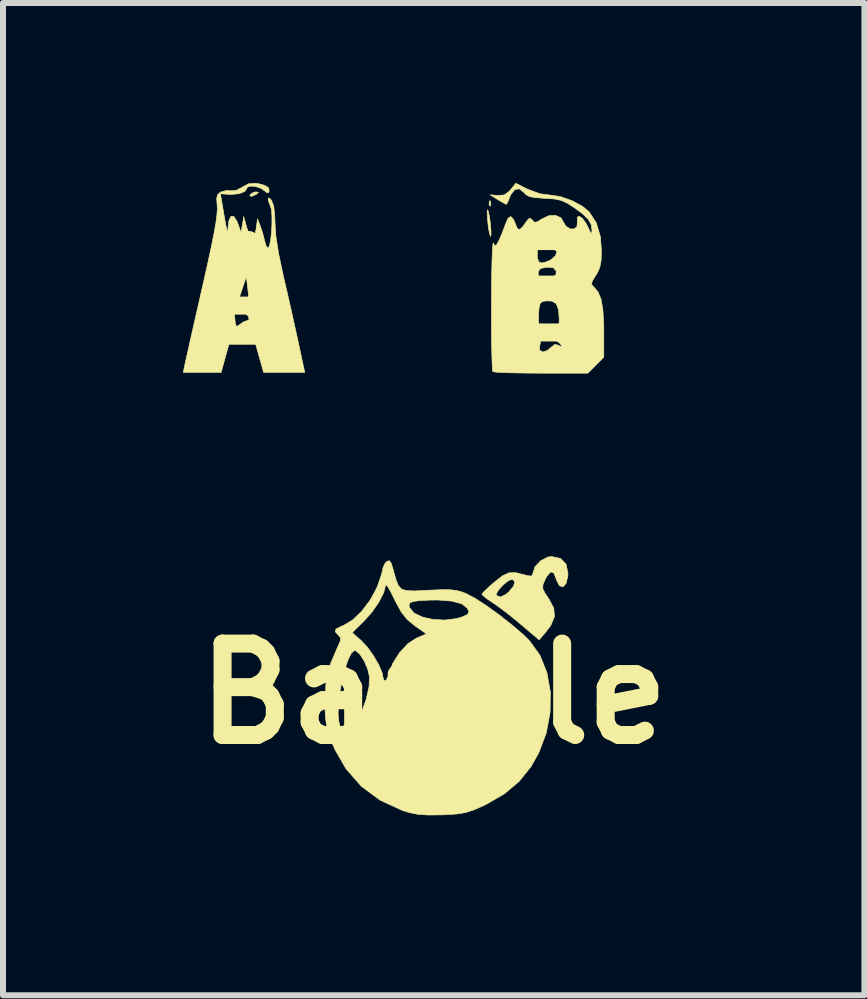
<source format=kicad_pcb>
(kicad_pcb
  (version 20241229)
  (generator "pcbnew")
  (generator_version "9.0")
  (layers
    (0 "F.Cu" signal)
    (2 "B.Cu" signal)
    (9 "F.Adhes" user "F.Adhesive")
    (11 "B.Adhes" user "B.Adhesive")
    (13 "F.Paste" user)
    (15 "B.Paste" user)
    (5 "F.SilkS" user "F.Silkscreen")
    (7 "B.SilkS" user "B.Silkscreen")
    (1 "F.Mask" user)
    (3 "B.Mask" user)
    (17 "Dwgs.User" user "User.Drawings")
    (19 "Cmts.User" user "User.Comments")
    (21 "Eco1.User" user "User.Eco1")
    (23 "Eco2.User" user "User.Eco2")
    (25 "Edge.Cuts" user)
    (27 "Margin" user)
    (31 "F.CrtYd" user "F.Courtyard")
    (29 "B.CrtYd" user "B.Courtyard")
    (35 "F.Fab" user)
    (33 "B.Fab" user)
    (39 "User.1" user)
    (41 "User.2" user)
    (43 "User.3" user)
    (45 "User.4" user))
  (footprint "Bauble"
    (layer "F.Cu")
    (at 4.18 8.513)
    (property "Reference" "Bauble" (at 0 0 0) (layer "F.SilkS") (effects (font (size 1.524 1.524) (thickness 0.3))))
    (attr through_hole)
    (fp_poly (pts (xy 2.114 -2.254) (xy 2.206 -2.159) (xy 2.238 -2.008) (xy 2.236 -1.962) (xy 2.207 -1.839) (xy 2.156 -1.782) (xy 2.099 -1.796) (xy 2.049 -1.886) (xy 2.044 -1.905) (xy 2.003 -2.01) (xy 1.953 -2.031) (xy 1.894 -1.969) (xy 1.858 -1.904) (xy 1.821 -1.817) (xy 1.817 -1.752) (xy 1.853 -1.677) (xy 1.916 -1.585) (xy 2.001 -1.427) (xy 2.013 -1.284) (xy 1.951 -1.137) (xy 1.871 -1.03) (xy 1.757 -0.897) (xy 1.46 -1.149) (xy 1.303 -1.279) (xy 1.145 -1.402) (xy 1.015 -1.496) (xy 0.984 -1.516) (xy 0.881 -1.586) (xy 0.82 -1.637) (xy 1.044 -1.637) (xy 1.112 -1.611) (xy 1.203 -1.655) (xy 1.257 -1.701) (xy 1.331 -1.792) (xy 1.352 -1.865) (xy 1.317 -1.903) (xy 1.299 -1.905) (xy 1.238 -1.879) (xy 1.16 -1.815) (xy 1.088 -1.737) (xy 1.044 -1.669) (xy 1.044 -1.637) (xy 0.82 -1.637) (xy 0.816 -1.64) (xy 0.804 -1.658) (xy 0.834 -1.697) (xy 0.913 -1.773) (xy 1.017 -1.863) (xy 1.148 -1.965) (xy 1.254 -2.014) (xy 1.366 -2.017) (xy 1.517 -1.979) (xy 1.556 -1.968) (xy 1.631 -1.959) (xy 1.651 -2) (xy 1.688 -2.114) (xy 1.782 -2.215) (xy 1.903 -2.277) (xy 1.965 -2.286) (xy 2.114 -2.254)) (stroke (width 0.01) (type solid)) (fill yes) (layer "F.SilkS"))
    (fp_poly (pts (xy -0.712 -2.181) (xy -0.677 -2.074) (xy -0.677 -2.074) (xy -0.633 -1.913) (xy -0.593 -1.807) (xy -0.539 -1.745) (xy -0.455 -1.717) (xy -0.323 -1.712) (xy -0.126 -1.722) (xy -0.088 -1.724) (xy 0.125 -1.733) (xy 0.276 -1.732) (xy 0.388 -1.718) (xy 0.484 -1.691) (xy 0.552 -1.663) (xy 0.702 -1.582) (xy 0.891 -1.458) (xy 1.1 -1.307) (xy 1.305 -1.145) (xy 1.487 -0.989) (xy 1.595 -0.884) (xy 1.771 -0.64) (xy 1.887 -0.351) (xy 1.944 -0.029) (xy 1.94 0.31) (xy 1.877 0.653) (xy 1.752 0.985) (xy 1.622 1.216) (xy 1.422 1.465) (xy 1.176 1.671) (xy 0.866 1.85) (xy 0.823 1.87) (xy 0.666 1.939) (xy 0.53 1.982) (xy 0.384 2.006) (xy 0.196 2.019) (xy 0.127 2.021) (xy -0.097 2.023) (xy -0.267 2.011) (xy -0.415 1.981) (xy -0.522 1.947) (xy -0.895 1.775) (xy -1.207 1.544) (xy -1.463 1.251) (xy -1.641 0.943) (xy -1.723 0.757) (xy -1.773 0.602) (xy -1.8 0.437) (xy -1.807 0.339) (xy -1.594 0.339) (xy -1.584 0.452) (xy -1.551 0.591) (xy -1.51 0.701) (xy -1.47 0.759) (xy -1.461 0.762) (xy -1.431 0.729) (xy -1.375 0.644) (xy -1.335 0.579) (xy -1.217 0.344) (xy -1.129 0.105) (xy -1.078 -0.116) (xy -1.071 -0.282) (xy -1.101 -0.411) (xy -1.158 -0.543) (xy -1.227 -0.652) (xy -1.295 -0.714) (xy -1.318 -0.72) (xy -1.37 -0.68) (xy -1.424 -0.574) (xy -1.477 -0.419) (xy -1.525 -0.233) (xy -1.563 -0.032) (xy -1.587 0.164) (xy -1.594 0.339) (xy -1.807 0.339) (xy -1.813 0.252) (xy -1.799 -0.146) (xy -1.716 -0.509) (xy -1.606 -0.767) (xy -1.559 -0.871) (xy -1.553 -0.93) (xy -1.587 -0.974) (xy -1.589 -0.975) (xy -1.629 -1.018) (xy -1.36 -1.018) (xy -1.207 -0.883) (xy -1.103 -0.771) (xy -1 -0.626) (xy -0.913 -0.474) (xy -0.858 -0.341) (xy -0.847 -0.277) (xy -0.831 -0.217) (xy -0.796 -0.223) (xy -0.76 -0.287) (xy -0.749 -0.328) (xy -0.683 -0.504) (xy -0.571 -0.681) (xy -0.433 -0.831) (xy -0.294 -0.923) (xy -0.122 -0.996) (xy -0.318 -1.134) (xy -0.44 -1.235) (xy -0.538 -1.356) (xy -0.598 -1.466) (xy -0.412 -1.466) (xy -0.401 -1.431) (xy -0.326 -1.343) (xy -0.189 -1.277) (xy -0.012 -1.237) (xy 0.184 -1.227) (xy 0.378 -1.251) (xy 0.459 -1.274) (xy 0.558 -1.316) (xy 0.588 -1.36) (xy 0.561 -1.424) (xy 0.559 -1.426) (xy 0.467 -1.498) (xy 0.301 -1.543) (xy 0.07 -1.561) (xy -0.055 -1.56) (xy -0.238 -1.551) (xy -0.349 -1.535) (xy -0.403 -1.509) (xy -0.412 -1.466) (xy -0.598 -1.466) (xy -0.631 -1.524) (xy -0.657 -1.578) (xy -0.722 -1.709) (xy -0.772 -1.793) (xy -0.799 -1.816) (xy -0.802 -1.808) (xy -0.835 -1.68) (xy -0.919 -1.519) (xy -1.038 -1.349) (xy -1.17 -1.203) (xy -1.36 -1.018) (xy -1.629 -1.018) (xy -1.642 -1.033) (xy -1.629 -1.078) (xy -1.542 -1.122) (xy -1.505 -1.137) (xy -1.357 -1.224) (xy -1.203 -1.37) (xy -1.062 -1.555) (xy -0.953 -1.755) (xy -0.933 -1.805) (xy -0.886 -1.94) (xy -0.854 -2.048) (xy -0.847 -2.092) (xy -0.817 -2.165) (xy -0.786 -2.199) (xy -0.744 -2.218) (xy -0.712 -2.181)) (stroke (width 0.01) (type solid)) (fill yes) (layer "F.SilkS")))
  (footprint "A"
    (layer "F.Cu")
    (at 1.105 1.79)
    (property "Reference" "A" (at 0 0 0) (layer "F.SilkS") (effects (font (size 1.524 1.524) (thickness 0.3))))
    (attr through_hole)
    (fp_poly (pts (xy 0.153 -1.634) (xy 0.125 -1.607) (xy 0.117 -1.602) (xy 0.046 -1.568) (xy 0.011 -1.573) (xy 0.02 -1.602) (xy 0.075 -1.636) (xy 0.11 -1.641) (xy 0.153 -1.634)) (stroke (width 0.01) (type solid)) (fill yes) (layer "F.SilkS"))
    (fp_poly (pts (xy 0.154 -1.778) (xy 0.256 -1.75) (xy 0.32 -1.711) (xy 0.326 -1.701) (xy 0.331 -1.637) (xy 0.294 -1.627) (xy 0.258 -1.657) (xy 0.194 -1.702) (xy 0.106 -1.731) (xy 0.021 -1.738) (xy -0.033 -1.72) (xy -0.039 -1.703) (xy -0.075 -1.648) (xy -0.169 -1.611) (xy -0.304 -1.599) (xy -0.348 -1.601) (xy -0.48 -1.61) (xy -0.452 -1.44) (xy -0.416 -1.231) (xy -0.391 -1.09) (xy -0.375 -1.009) (xy -0.365 -0.979) (xy -0.359 -0.99) (xy -0.357 -1.023) (xy -0.339 -1.163) (xy -0.304 -1.234) (xy -0.259 -1.233) (xy -0.208 -1.158) (xy -0.188 -1.107) (xy -0.137 -0.964) (xy -0.114 -1.097) (xy -0.092 -1.231) (xy -0.041 -1.044) (xy 0.004 -0.923) (xy 0.047 -0.878) (xy 0.086 -0.909) (xy 0.114 -1.017) (xy 0.117 -1.039) (xy 0.137 -1.192) (xy 0.183 -1.075) (xy 0.226 -0.946) (xy 0.255 -0.83) (xy 0.28 -0.744) (xy 0.31 -0.704) (xy 0.312 -0.703) (xy 0.336 -0.739) (xy 0.356 -0.831) (xy 0.37 -0.959) (xy 0.378 -1.102) (xy 0.378 -1.238) (xy 0.369 -1.346) (xy 0.357 -1.392) (xy 0.32 -1.488) (xy 0.316 -1.539) (xy 0.343 -1.533) (xy 0.37 -1.502) (xy 0.408 -1.404) (xy 0.426 -1.231) (xy 0.429 -1.129) (xy 0.444 -0.901) (xy 0.49 -0.608) (xy 0.567 -0.246) (xy 0.57 -0.23) (xy 0.631 0.03) (xy 0.696 0.316) (xy 0.758 0.594) (xy 0.81 0.834) (xy 0.818 0.869) (xy 0.925 1.368) (xy 0.239 1.368) (xy 0.173 1.133) (xy 0.107 0.899) (xy -0.339 0.899) (xy -0.404 1.133) (xy -0.469 1.368) (xy -1.1 1.368) (xy -1.074 1.241) (xy -1.059 1.171) (xy -1.028 1.037) (xy -0.986 0.847) (xy -0.933 0.612) (xy -0.872 0.344) (xy -0.871 0.338) (xy -0.248 0.338) (xy -0.244 0.431) (xy -0.241 0.469) (xy -0.229 0.568) (xy -0.21 0.601) (xy -0.174 0.583) (xy -0.159 0.569) (xy -0.087 0.52) (xy -0.046 0.508) (xy -0.002 0.487) (xy -0.012 0.437) (xy -0.069 0.376) (xy -0.114 0.345) (xy -0.195 0.305) (xy -0.241 0.294) (xy -0.242 0.295) (xy -0.248 0.338) (xy -0.871 0.338) (xy -0.822 0.126) (xy -0.219 0.126) (xy -0.213 0.179) (xy -0.187 0.216) (xy -0.154 0.244) (xy -0.075 0.299) (xy -0.028 0.304) (xy -0.008 0.251) (xy -0.009 0.133) (xy -0.017 0.035) (xy -0.04 -0.162) (xy -0.061 -0.283) (xy -0.085 -0.329) (xy -0.112 -0.303) (xy -0.145 -0.207) (xy -0.17 -0.11) (xy -0.204 0.036) (xy -0.219 0.126) (xy -0.822 0.126) (xy -0.806 0.052) (xy -0.78 -0.059) (xy -0.699 -0.419) (xy -0.636 -0.711) (xy -0.589 -0.943) (xy -0.557 -1.123) (xy -0.539 -1.258) (xy -0.532 -1.356) (xy -0.535 -1.413) (xy -0.543 -1.528) (xy -0.529 -1.593) (xy -0.484 -1.633) (xy -0.472 -1.64) (xy -0.375 -1.666) (xy -0.311 -1.66) (xy -0.217 -1.667) (xy -0.116 -1.72) (xy -0.01 -1.777) (xy 0.103 -1.785) (xy 0.154 -1.778)) (stroke (width 0.01) (type solid)) (fill yes) (layer "F.SilkS")))
  (footprint "B"
    (layer "F.Cu")
    (at 6.116 1.803)
    (property "Reference" "B" (at 0 0 0) (layer "F.SilkS") (effects (font (size 1.524 1.524) (thickness 0.3))))
    (attr through_hole)
    (fp_poly (pts (xy -0.989 -1.492) (xy -0.985 -1.431) (xy -0.992 -1.417) (xy -1.01 -1.429) (xy -1.013 -1.469) (xy -1.003 -1.51) (xy -0.989 -1.492)) (stroke (width 0.01) (type solid)) (fill yes) (layer "F.SilkS"))
    (fp_poly (pts (xy -1.026 -1.332) (xy -1.009 -1.248) (xy -0.995 -1.154) (xy -0.983 -1.031) (xy -0.981 -0.944) (xy -0.986 -0.916) (xy -1 -0.94) (xy -1.018 -1.023) (xy -1.031 -1.118) (xy -1.042 -1.241) (xy -1.045 -1.329) (xy -1.04 -1.357) (xy -1.026 -1.332)) (stroke (width 0.01) (type solid)) (fill yes) (layer "F.SilkS"))
    (fp_poly (pts (xy -0.374 -1.7) (xy -0.165 -1.623) (xy -0.003 -1.602) (xy 0.176 -1.576) (xy 0.369 -1.508) (xy 0.545 -1.413) (xy 0.653 -1.323) (xy 0.774 -1.138) (xy 0.843 -0.904) (xy 0.86 -0.671) (xy 0.854 -0.508) (xy 0.832 -0.394) (xy 0.788 -0.298) (xy 0.765 -0.262) (xy 0.708 -0.171) (xy 0.695 -0.119) (xy 0.721 -0.08) (xy 0.732 -0.071) (xy 0.804 0.014) (xy 0.854 0.138) (xy 0.884 0.312) (xy 0.898 0.546) (xy 0.899 0.667) (xy 0.899 1.102) (xy 0.766 1.235) (xy 0.633 1.368) (xy -0.146 1.368) (xy -0.385 1.366) (xy -0.597 1.363) (xy -0.77 1.358) (xy -0.891 1.351) (xy -0.948 1.343) (xy -0.951 1.342) (xy -0.958 1.297) (xy -0.963 1.185) (xy -0.968 1.015) (xy -0.969 0.978) (xy -0.173 0.978) (xy -0.17 0.986) (xy -0.114 1.015) (xy -0.034 0.985) (xy 0.019 0.938) (xy 0.084 0.887) (xy 0.137 0.9) (xy 0.143 0.904) (xy 0.188 0.925) (xy 0.195 0.907) (xy 0.166 0.871) (xy 0.095 0.814) (xy 0.008 0.755) (xy -0.068 0.71) (xy -0.107 0.699) (xy -0.128 0.74) (xy -0.152 0.823) (xy -0.169 0.914) (xy -0.173 0.978) (xy -0.969 0.978) (xy -0.972 0.797) (xy -0.974 0.542) (xy -0.974 0.509) (xy -0.19 0.509) (xy -0.178 0.569) (xy -0.149 0.576) (xy -0.084 0.586) (xy -0.004 0.631) (xy 0.072 0.683) (xy 0.123 0.703) (xy 0.14 0.668) (xy 0.153 0.576) (xy 0.156 0.474) (xy 0.145 0.309) (xy 0.106 0.209) (xy 0.033 0.165) (xy -0.066 0.163) (xy -0.13 0.176) (xy -0.164 0.211) (xy -0.181 0.287) (xy -0.188 0.385) (xy -0.19 0.509) (xy -0.974 0.509) (xy -0.974 0.26) (xy -0.974 0.218) (xy -0.972 -0.061) (xy -0.969 -0.295) (xy -0.195 -0.295) (xy -0.178 -0.203) (xy -0.135 -0.157) (xy -0.086 -0.17) (xy -0.062 -0.205) (xy -0.036 -0.234) (xy -0.016 -0.205) (xy 0.029 -0.159) (xy 0.076 -0.185) (xy 0.096 -0.229) (xy 0.107 -0.334) (xy 0.057 -0.39) (xy -0.055 -0.399) (xy -0.06 -0.398) (xy -0.154 -0.377) (xy -0.191 -0.333) (xy -0.195 -0.295) (xy -0.969 -0.295) (xy -0.969 -0.308) (xy -0.964 -0.515) (xy -0.962 -0.568) (xy -0.211 -0.568) (xy -0.186 -0.489) (xy -0.14 -0.469) (xy -0.073 -0.484) (xy 0.011 -0.518) (xy 0.093 -0.588) (xy 0.124 -0.682) (xy 0.108 -0.778) (xy 0.053 -0.854) (xy -0.035 -0.889) (xy -0.093 -0.884) (xy -0.161 -0.848) (xy -0.196 -0.77) (xy -0.205 -0.713) (xy -0.211 -0.568) (xy -0.962 -0.568) (xy -0.958 -0.673) (xy -0.95 -0.772) (xy -0.943 -0.804) (xy -0.941 -0.801) (xy -0.917 -0.755) (xy -0.892 -0.767) (xy -0.851 -0.84) (xy -0.798 -0.961) (xy -0.748 -1.094) (xy -0.745 -1.104) (xy -0.698 -1.213) (xy -0.652 -1.244) (xy -0.607 -1.197) (xy -0.58 -1.133) (xy -0.542 -1.044) (xy -0.503 -1.025) (xy -0.45 -1.076) (xy -0.412 -1.13) (xy -0.358 -1.202) (xy -0.322 -1.213) (xy -0.291 -1.183) (xy -0.254 -1.147) (xy -0.207 -1.156) (xy -0.133 -1.204) (xy -0.017 -1.257) (xy 0.096 -1.262) (xy 0.184 -1.222) (xy 0.215 -1.172) (xy 0.266 -1.084) (xy 0.337 -1.038) (xy 0.406 -1.036) (xy 0.453 -1.078) (xy 0.458 -1.158) (xy 0.458 -1.233) (xy 0.489 -1.249) (xy 0.541 -1.214) (xy 0.6 -1.135) (xy 0.642 -1.054) (xy 0.679 -0.974) (xy 0.697 -0.962) (xy 0.702 -1.009) (xy 0.689 -1.109) (xy 0.64 -1.198) (xy 0.542 -1.292) (xy 0.414 -1.387) (xy 0.289 -1.467) (xy 0.184 -1.514) (xy 0.068 -1.537) (xy -0.085 -1.547) (xy -0.24 -1.558) (xy -0.338 -1.576) (xy -0.399 -1.609) (xy -0.433 -1.646) (xy -0.51 -1.706) (xy -0.587 -1.692) (xy -0.652 -1.607) (xy -0.67 -1.564) (xy -0.702 -1.483) (xy -0.725 -1.446) (xy -0.726 -1.446) (xy -0.765 -1.465) (xy -0.844 -1.511) (xy -0.869 -1.526) (xy -0.996 -1.606) (xy -0.869 -1.595) (xy -0.761 -1.603) (xy -0.678 -1.663) (xy -0.654 -1.691) (xy -0.567 -1.798) (xy -0.374 -1.7)) (stroke (width 0.01) (type solid)) (fill yes) (layer "F.SilkS")))
  (gr_rect
    (start -3 -3)
    (end 11.36 13.541)
    (stroke (width 0.1) (type default))
    (fill no)
    (layer "Edge.Cuts")))
</source>
